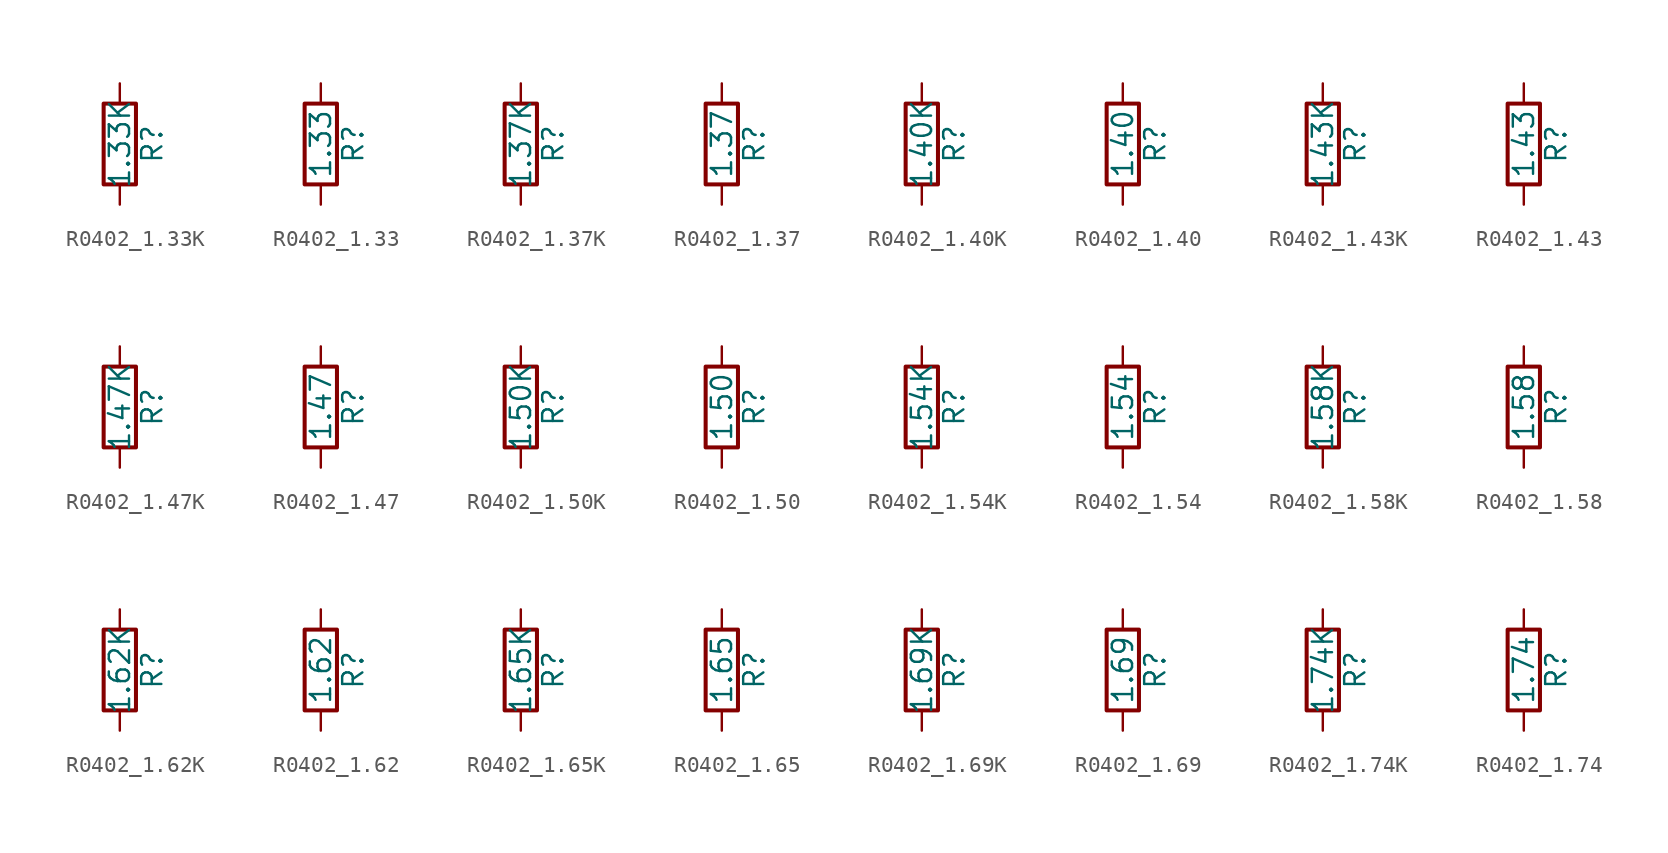
<source format=kicad_sym>
(kicad_symbol_lib
  (version 20211014)
  (generator atlantix-eda)
  (symbol "R0402_1.33K"
    (pin_numbers hide)
    (pin_names
      (offset 0))
    (property "Reference" "R"
      (at 2.032 0 90)
      (effects (font (size 1.27 1.27))))
    (property "Value" "1.33K"
      (at 0 0 90)
      (effects (font (size 1.27 1.27))))
    (symbol "R0402_1.33K_0_1"
      (rectangle (start -1.016 -2.54) (end 1.016 2.54) (stroke (width 0.254) (type default) (color 0 0 0 0)) (fill (type none))))
    (symbol "R0402_1.33K_1_1"
      (pin passive line (at 0 3.81 270) (length 1.27) (name "~" (effects (font (size 1.27 1.27)))) (number "1" (effects (font (size 1.27 1.27)))))
      (pin passive line (at 0 -3.81 90) (length 1.27) (name "~" (effects (font (size 1.27 1.27)))) (number "2" (effects (font (size 1.27 1.27)))))))
  (symbol "R0402_1.33"
    (pin_numbers hide)
    (pin_names
      (offset 0))
    (property "Reference" "R"
      (at 2.032 0 90)
      (effects (font (size 1.27 1.27))))
    (property "Value" "1.33"
      (at 0 0 90)
      (effects (font (size 1.27 1.27))))
    (symbol "R0402_1.33_0_1"
      (rectangle (start -1.016 -2.54) (end 1.016 2.54) (stroke (width 0.254) (type default) (color 0 0 0 0)) (fill (type none))))
    (symbol "R0402_1.33_1_1"
      (pin passive line (at 0 3.81 270) (length 1.27) (name "~" (effects (font (size 1.27 1.27)))) (number "1" (effects (font (size 1.27 1.27)))))
      (pin passive line (at 0 -3.81 90) (length 1.27) (name "~" (effects (font (size 1.27 1.27)))) (number "2" (effects (font (size 1.27 1.27)))))))
  (symbol "R0402_1.37K"
    (pin_numbers hide)
    (pin_names
      (offset 0))
    (property "Reference" "R"
      (at 2.032 0 90)
      (effects (font (size 1.27 1.27))))
    (property "Value" "1.37K"
      (at 0 0 90)
      (effects (font (size 1.27 1.27))))
    (symbol "R0402_1.37K_0_1"
      (rectangle (start -1.016 -2.54) (end 1.016 2.54) (stroke (width 0.254) (type default) (color 0 0 0 0)) (fill (type none))))
    (symbol "R0402_1.37K_1_1"
      (pin passive line (at 0 3.81 270) (length 1.27) (name "~" (effects (font (size 1.27 1.27)))) (number "1" (effects (font (size 1.27 1.27)))))
      (pin passive line (at 0 -3.81 90) (length 1.27) (name "~" (effects (font (size 1.27 1.27)))) (number "2" (effects (font (size 1.27 1.27)))))))
  (symbol "R0402_1.37"
    (pin_numbers hide)
    (pin_names
      (offset 0))
    (property "Reference" "R"
      (at 2.032 0 90)
      (effects (font (size 1.27 1.27))))
    (property "Value" "1.37"
      (at 0 0 90)
      (effects (font (size 1.27 1.27))))
    (symbol "R0402_1.37_0_1"
      (rectangle (start -1.016 -2.54) (end 1.016 2.54) (stroke (width 0.254) (type default) (color 0 0 0 0)) (fill (type none))))
    (symbol "R0402_1.37_1_1"
      (pin passive line (at 0 3.81 270) (length 1.27) (name "~" (effects (font (size 1.27 1.27)))) (number "1" (effects (font (size 1.27 1.27)))))
      (pin passive line (at 0 -3.81 90) (length 1.27) (name "~" (effects (font (size 1.27 1.27)))) (number "2" (effects (font (size 1.27 1.27)))))))
  (symbol "R0402_1.40K"
    (pin_numbers hide)
    (pin_names
      (offset 0))
    (property "Reference" "R"
      (at 2.032 0 90)
      (effects (font (size 1.27 1.27))))
    (property "Value" "1.40K"
      (at 0 0 90)
      (effects (font (size 1.27 1.27))))
    (symbol "R0402_1.40K_0_1"
      (rectangle (start -1.016 -2.54) (end 1.016 2.54) (stroke (width 0.254) (type default) (color 0 0 0 0)) (fill (type none))))
    (symbol "R0402_1.40K_1_1"
      (pin passive line (at 0 3.81 270) (length 1.27) (name "~" (effects (font (size 1.27 1.27)))) (number "1" (effects (font (size 1.27 1.27)))))
      (pin passive line (at 0 -3.81 90) (length 1.27) (name "~" (effects (font (size 1.27 1.27)))) (number "2" (effects (font (size 1.27 1.27)))))))
  (symbol "R0402_1.40"
    (pin_numbers hide)
    (pin_names
      (offset 0))
    (property "Reference" "R"
      (at 2.032 0 90)
      (effects (font (size 1.27 1.27))))
    (property "Value" "1.40"
      (at 0 0 90)
      (effects (font (size 1.27 1.27))))
    (symbol "R0402_1.40_0_1"
      (rectangle (start -1.016 -2.54) (end 1.016 2.54) (stroke (width 0.254) (type default) (color 0 0 0 0)) (fill (type none))))
    (symbol "R0402_1.40_1_1"
      (pin passive line (at 0 3.81 270) (length 1.27) (name "~" (effects (font (size 1.27 1.27)))) (number "1" (effects (font (size 1.27 1.27)))))
      (pin passive line (at 0 -3.81 90) (length 1.27) (name "~" (effects (font (size 1.27 1.27)))) (number "2" (effects (font (size 1.27 1.27)))))))
  (symbol "R0402_1.43K"
    (pin_numbers hide)
    (pin_names
      (offset 0))
    (property "Reference" "R"
      (at 2.032 0 90)
      (effects (font (size 1.27 1.27))))
    (property "Value" "1.43K"
      (at 0 0 90)
      (effects (font (size 1.27 1.27))))
    (symbol "R0402_1.43K_0_1"
      (rectangle (start -1.016 -2.54) (end 1.016 2.54) (stroke (width 0.254) (type default) (color 0 0 0 0)) (fill (type none))))
    (symbol "R0402_1.43K_1_1"
      (pin passive line (at 0 3.81 270) (length 1.27) (name "~" (effects (font (size 1.27 1.27)))) (number "1" (effects (font (size 1.27 1.27)))))
      (pin passive line (at 0 -3.81 90) (length 1.27) (name "~" (effects (font (size 1.27 1.27)))) (number "2" (effects (font (size 1.27 1.27)))))))
  (symbol "R0402_1.43"
    (pin_numbers hide)
    (pin_names
      (offset 0))
    (property "Reference" "R"
      (at 2.032 0 90)
      (effects (font (size 1.27 1.27))))
    (property "Value" "1.43"
      (at 0 0 90)
      (effects (font (size 1.27 1.27))))
    (symbol "R0402_1.43_0_1"
      (rectangle (start -1.016 -2.54) (end 1.016 2.54) (stroke (width 0.254) (type default) (color 0 0 0 0)) (fill (type none))))
    (symbol "R0402_1.43_1_1"
      (pin passive line (at 0 3.81 270) (length 1.27) (name "~" (effects (font (size 1.27 1.27)))) (number "1" (effects (font (size 1.27 1.27)))))
      (pin passive line (at 0 -3.81 90) (length 1.27) (name "~" (effects (font (size 1.27 1.27)))) (number "2" (effects (font (size 1.27 1.27)))))))
  (symbol "R0402_1.47K"
    (pin_numbers hide)
    (pin_names
      (offset 0))
    (property "Reference" "R"
      (at 2.032 0 90)
      (effects (font (size 1.27 1.27))))
    (property "Value" "1.47K"
      (at 0 0 90)
      (effects (font (size 1.27 1.27))))
    (symbol "R0402_1.47K_0_1"
      (rectangle (start -1.016 -2.54) (end 1.016 2.54) (stroke (width 0.254) (type default) (color 0 0 0 0)) (fill (type none))))
    (symbol "R0402_1.47K_1_1"
      (pin passive line (at 0 3.81 270) (length 1.27) (name "~" (effects (font (size 1.27 1.27)))) (number "1" (effects (font (size 1.27 1.27)))))
      (pin passive line (at 0 -3.81 90) (length 1.27) (name "~" (effects (font (size 1.27 1.27)))) (number "2" (effects (font (size 1.27 1.27)))))))
  (symbol "R0402_1.47"
    (pin_numbers hide)
    (pin_names
      (offset 0))
    (property "Reference" "R"
      (at 2.032 0 90)
      (effects (font (size 1.27 1.27))))
    (property "Value" "1.47"
      (at 0 0 90)
      (effects (font (size 1.27 1.27))))
    (symbol "R0402_1.47_0_1"
      (rectangle (start -1.016 -2.54) (end 1.016 2.54) (stroke (width 0.254) (type default) (color 0 0 0 0)) (fill (type none))))
    (symbol "R0402_1.47_1_1"
      (pin passive line (at 0 3.81 270) (length 1.27) (name "~" (effects (font (size 1.27 1.27)))) (number "1" (effects (font (size 1.27 1.27)))))
      (pin passive line (at 0 -3.81 90) (length 1.27) (name "~" (effects (font (size 1.27 1.27)))) (number "2" (effects (font (size 1.27 1.27)))))))
  (symbol "R0402_1.50K"
    (pin_numbers hide)
    (pin_names
      (offset 0))
    (property "Reference" "R"
      (at 2.032 0 90)
      (effects (font (size 1.27 1.27))))
    (property "Value" "1.50K"
      (at 0 0 90)
      (effects (font (size 1.27 1.27))))
    (symbol "R0402_1.50K_0_1"
      (rectangle (start -1.016 -2.54) (end 1.016 2.54) (stroke (width 0.254) (type default) (color 0 0 0 0)) (fill (type none))))
    (symbol "R0402_1.50K_1_1"
      (pin passive line (at 0 3.81 270) (length 1.27) (name "~" (effects (font (size 1.27 1.27)))) (number "1" (effects (font (size 1.27 1.27)))))
      (pin passive line (at 0 -3.81 90) (length 1.27) (name "~" (effects (font (size 1.27 1.27)))) (number "2" (effects (font (size 1.27 1.27)))))))
  (symbol "R0402_1.50"
    (pin_numbers hide)
    (pin_names
      (offset 0))
    (property "Reference" "R"
      (at 2.032 0 90)
      (effects (font (size 1.27 1.27))))
    (property "Value" "1.50"
      (at 0 0 90)
      (effects (font (size 1.27 1.27))))
    (symbol "R0402_1.50_0_1"
      (rectangle (start -1.016 -2.54) (end 1.016 2.54) (stroke (width 0.254) (type default) (color 0 0 0 0)) (fill (type none))))
    (symbol "R0402_1.50_1_1"
      (pin passive line (at 0 3.81 270) (length 1.27) (name "~" (effects (font (size 1.27 1.27)))) (number "1" (effects (font (size 1.27 1.27)))))
      (pin passive line (at 0 -3.81 90) (length 1.27) (name "~" (effects (font (size 1.27 1.27)))) (number "2" (effects (font (size 1.27 1.27)))))))
  (symbol "R0402_1.54K"
    (pin_numbers hide)
    (pin_names
      (offset 0))
    (property "Reference" "R"
      (at 2.032 0 90)
      (effects (font (size 1.27 1.27))))
    (property "Value" "1.54K"
      (at 0 0 90)
      (effects (font (size 1.27 1.27))))
    (symbol "R0402_1.54K_0_1"
      (rectangle (start -1.016 -2.54) (end 1.016 2.54) (stroke (width 0.254) (type default) (color 0 0 0 0)) (fill (type none))))
    (symbol "R0402_1.54K_1_1"
      (pin passive line (at 0 3.81 270) (length 1.27) (name "~" (effects (font (size 1.27 1.27)))) (number "1" (effects (font (size 1.27 1.27)))))
      (pin passive line (at 0 -3.81 90) (length 1.27) (name "~" (effects (font (size 1.27 1.27)))) (number "2" (effects (font (size 1.27 1.27)))))))
  (symbol "R0402_1.54"
    (pin_numbers hide)
    (pin_names
      (offset 0))
    (property "Reference" "R"
      (at 2.032 0 90)
      (effects (font (size 1.27 1.27))))
    (property "Value" "1.54"
      (at 0 0 90)
      (effects (font (size 1.27 1.27))))
    (symbol "R0402_1.54_0_1"
      (rectangle (start -1.016 -2.54) (end 1.016 2.54) (stroke (width 0.254) (type default) (color 0 0 0 0)) (fill (type none))))
    (symbol "R0402_1.54_1_1"
      (pin passive line (at 0 3.81 270) (length 1.27) (name "~" (effects (font (size 1.27 1.27)))) (number "1" (effects (font (size 1.27 1.27)))))
      (pin passive line (at 0 -3.81 90) (length 1.27) (name "~" (effects (font (size 1.27 1.27)))) (number "2" (effects (font (size 1.27 1.27)))))))
  (symbol "R0402_1.58K"
    (pin_numbers hide)
    (pin_names
      (offset 0))
    (property "Reference" "R"
      (at 2.032 0 90)
      (effects (font (size 1.27 1.27))))
    (property "Value" "1.58K"
      (at 0 0 90)
      (effects (font (size 1.27 1.27))))
    (symbol "R0402_1.58K_0_1"
      (rectangle (start -1.016 -2.54) (end 1.016 2.54) (stroke (width 0.254) (type default) (color 0 0 0 0)) (fill (type none))))
    (symbol "R0402_1.58K_1_1"
      (pin passive line (at 0 3.81 270) (length 1.27) (name "~" (effects (font (size 1.27 1.27)))) (number "1" (effects (font (size 1.27 1.27)))))
      (pin passive line (at 0 -3.81 90) (length 1.27) (name "~" (effects (font (size 1.27 1.27)))) (number "2" (effects (font (size 1.27 1.27)))))))
  (symbol "R0402_1.58"
    (pin_numbers hide)
    (pin_names
      (offset 0))
    (property "Reference" "R"
      (at 2.032 0 90)
      (effects (font (size 1.27 1.27))))
    (property "Value" "1.58"
      (at 0 0 90)
      (effects (font (size 1.27 1.27))))
    (symbol "R0402_1.58_0_1"
      (rectangle (start -1.016 -2.54) (end 1.016 2.54) (stroke (width 0.254) (type default) (color 0 0 0 0)) (fill (type none))))
    (symbol "R0402_1.58_1_1"
      (pin passive line (at 0 3.81 270) (length 1.27) (name "~" (effects (font (size 1.27 1.27)))) (number "1" (effects (font (size 1.27 1.27)))))
      (pin passive line (at 0 -3.81 90) (length 1.27) (name "~" (effects (font (size 1.27 1.27)))) (number "2" (effects (font (size 1.27 1.27)))))))
  (symbol "R0402_1.62K"
    (pin_numbers hide)
    (pin_names
      (offset 0))
    (property "Reference" "R"
      (at 2.032 0 90)
      (effects (font (size 1.27 1.27))))
    (property "Value" "1.62K"
      (at 0 0 90)
      (effects (font (size 1.27 1.27))))
    (symbol "R0402_1.62K_0_1"
      (rectangle (start -1.016 -2.54) (end 1.016 2.54) (stroke (width 0.254) (type default) (color 0 0 0 0)) (fill (type none))))
    (symbol "R0402_1.62K_1_1"
      (pin passive line (at 0 3.81 270) (length 1.27) (name "~" (effects (font (size 1.27 1.27)))) (number "1" (effects (font (size 1.27 1.27)))))
      (pin passive line (at 0 -3.81 90) (length 1.27) (name "~" (effects (font (size 1.27 1.27)))) (number "2" (effects (font (size 1.27 1.27)))))))
  (symbol "R0402_1.62"
    (pin_numbers hide)
    (pin_names
      (offset 0))
    (property "Reference" "R"
      (at 2.032 0 90)
      (effects (font (size 1.27 1.27))))
    (property "Value" "1.62"
      (at 0 0 90)
      (effects (font (size 1.27 1.27))))
    (symbol "R0402_1.62_0_1"
      (rectangle (start -1.016 -2.54) (end 1.016 2.54) (stroke (width 0.254) (type default) (color 0 0 0 0)) (fill (type none))))
    (symbol "R0402_1.62_1_1"
      (pin passive line (at 0 3.81 270) (length 1.27) (name "~" (effects (font (size 1.27 1.27)))) (number "1" (effects (font (size 1.27 1.27)))))
      (pin passive line (at 0 -3.81 90) (length 1.27) (name "~" (effects (font (size 1.27 1.27)))) (number "2" (effects (font (size 1.27 1.27)))))))
  (symbol "R0402_1.65K"
    (pin_numbers hide)
    (pin_names
      (offset 0))
    (property "Reference" "R"
      (at 2.032 0 90)
      (effects (font (size 1.27 1.27))))
    (property "Value" "1.65K"
      (at 0 0 90)
      (effects (font (size 1.27 1.27))))
    (symbol "R0402_1.65K_0_1"
      (rectangle (start -1.016 -2.54) (end 1.016 2.54) (stroke (width 0.254) (type default) (color 0 0 0 0)) (fill (type none))))
    (symbol "R0402_1.65K_1_1"
      (pin passive line (at 0 3.81 270) (length 1.27) (name "~" (effects (font (size 1.27 1.27)))) (number "1" (effects (font (size 1.27 1.27)))))
      (pin passive line (at 0 -3.81 90) (length 1.27) (name "~" (effects (font (size 1.27 1.27)))) (number "2" (effects (font (size 1.27 1.27)))))))
  (symbol "R0402_1.65"
    (pin_numbers hide)
    (pin_names
      (offset 0))
    (property "Reference" "R"
      (at 2.032 0 90)
      (effects (font (size 1.27 1.27))))
    (property "Value" "1.65"
      (at 0 0 90)
      (effects (font (size 1.27 1.27))))
    (symbol "R0402_1.65_0_1"
      (rectangle (start -1.016 -2.54) (end 1.016 2.54) (stroke (width 0.254) (type default) (color 0 0 0 0)) (fill (type none))))
    (symbol "R0402_1.65_1_1"
      (pin passive line (at 0 3.81 270) (length 1.27) (name "~" (effects (font (size 1.27 1.27)))) (number "1" (effects (font (size 1.27 1.27)))))
      (pin passive line (at 0 -3.81 90) (length 1.27) (name "~" (effects (font (size 1.27 1.27)))) (number "2" (effects (font (size 1.27 1.27)))))))
  (symbol "R0402_1.69K"
    (pin_numbers hide)
    (pin_names
      (offset 0))
    (property "Reference" "R"
      (at 2.032 0 90)
      (effects (font (size 1.27 1.27))))
    (property "Value" "1.69K"
      (at 0 0 90)
      (effects (font (size 1.27 1.27))))
    (symbol "R0402_1.69K_0_1"
      (rectangle (start -1.016 -2.54) (end 1.016 2.54) (stroke (width 0.254) (type default) (color 0 0 0 0)) (fill (type none))))
    (symbol "R0402_1.69K_1_1"
      (pin passive line (at 0 3.81 270) (length 1.27) (name "~" (effects (font (size 1.27 1.27)))) (number "1" (effects (font (size 1.27 1.27)))))
      (pin passive line (at 0 -3.81 90) (length 1.27) (name "~" (effects (font (size 1.27 1.27)))) (number "2" (effects (font (size 1.27 1.27)))))))
  (symbol "R0402_1.69"
    (pin_numbers hide)
    (pin_names
      (offset 0))
    (property "Reference" "R"
      (at 2.032 0 90)
      (effects (font (size 1.27 1.27))))
    (property "Value" "1.69"
      (at 0 0 90)
      (effects (font (size 1.27 1.27))))
    (symbol "R0402_1.69_0_1"
      (rectangle (start -1.016 -2.54) (end 1.016 2.54) (stroke (width 0.254) (type default) (color 0 0 0 0)) (fill (type none))))
    (symbol "R0402_1.69_1_1"
      (pin passive line (at 0 3.81 270) (length 1.27) (name "~" (effects (font (size 1.27 1.27)))) (number "1" (effects (font (size 1.27 1.27)))))
      (pin passive line (at 0 -3.81 90) (length 1.27) (name "~" (effects (font (size 1.27 1.27)))) (number "2" (effects (font (size 1.27 1.27)))))))
  (symbol "R0402_1.74K"
    (pin_numbers hide)
    (pin_names
      (offset 0))
    (property "Reference" "R"
      (at 2.032 0 90)
      (effects (font (size 1.27 1.27))))
    (property "Value" "1.74K"
      (at 0 0 90)
      (effects (font (size 1.27 1.27))))
    (symbol "R0402_1.74K_0_1"
      (rectangle (start -1.016 -2.54) (end 1.016 2.54) (stroke (width 0.254) (type default) (color 0 0 0 0)) (fill (type none))))
    (symbol "R0402_1.74K_1_1"
      (pin passive line (at 0 3.81 270) (length 1.27) (name "~" (effects (font (size 1.27 1.27)))) (number "1" (effects (font (size 1.27 1.27)))))
      (pin passive line (at 0 -3.81 90) (length 1.27) (name "~" (effects (font (size 1.27 1.27)))) (number "2" (effects (font (size 1.27 1.27)))))))
  (symbol "R0402_1.74"
    (pin_numbers hide)
    (pin_names
      (offset 0))
    (property "Reference" "R"
      (at 2.032 0 90)
      (effects (font (size 1.27 1.27))))
    (property "Value" "1.74"
      (at 0 0 90)
      (effects (font (size 1.27 1.27))))
    (symbol "R0402_1.74_0_1"
      (rectangle (start -1.016 -2.54) (end 1.016 2.54) (stroke (width 0.254) (type default) (color 0 0 0 0)) (fill (type none))))
    (symbol "R0402_1.74_1_1"
      (pin passive line (at 0 3.81 270) (length 1.27) (name "~" (effects (font (size 1.27 1.27)))) (number "1" (effects (font (size 1.27 1.27)))))
      (pin passive line (at 0 -3.81 90) (length 1.27) (name "~" (effects (font (size 1.27 1.27)))) (number "2" (effects (font (size 1.27 1.27))))))))
</source>
